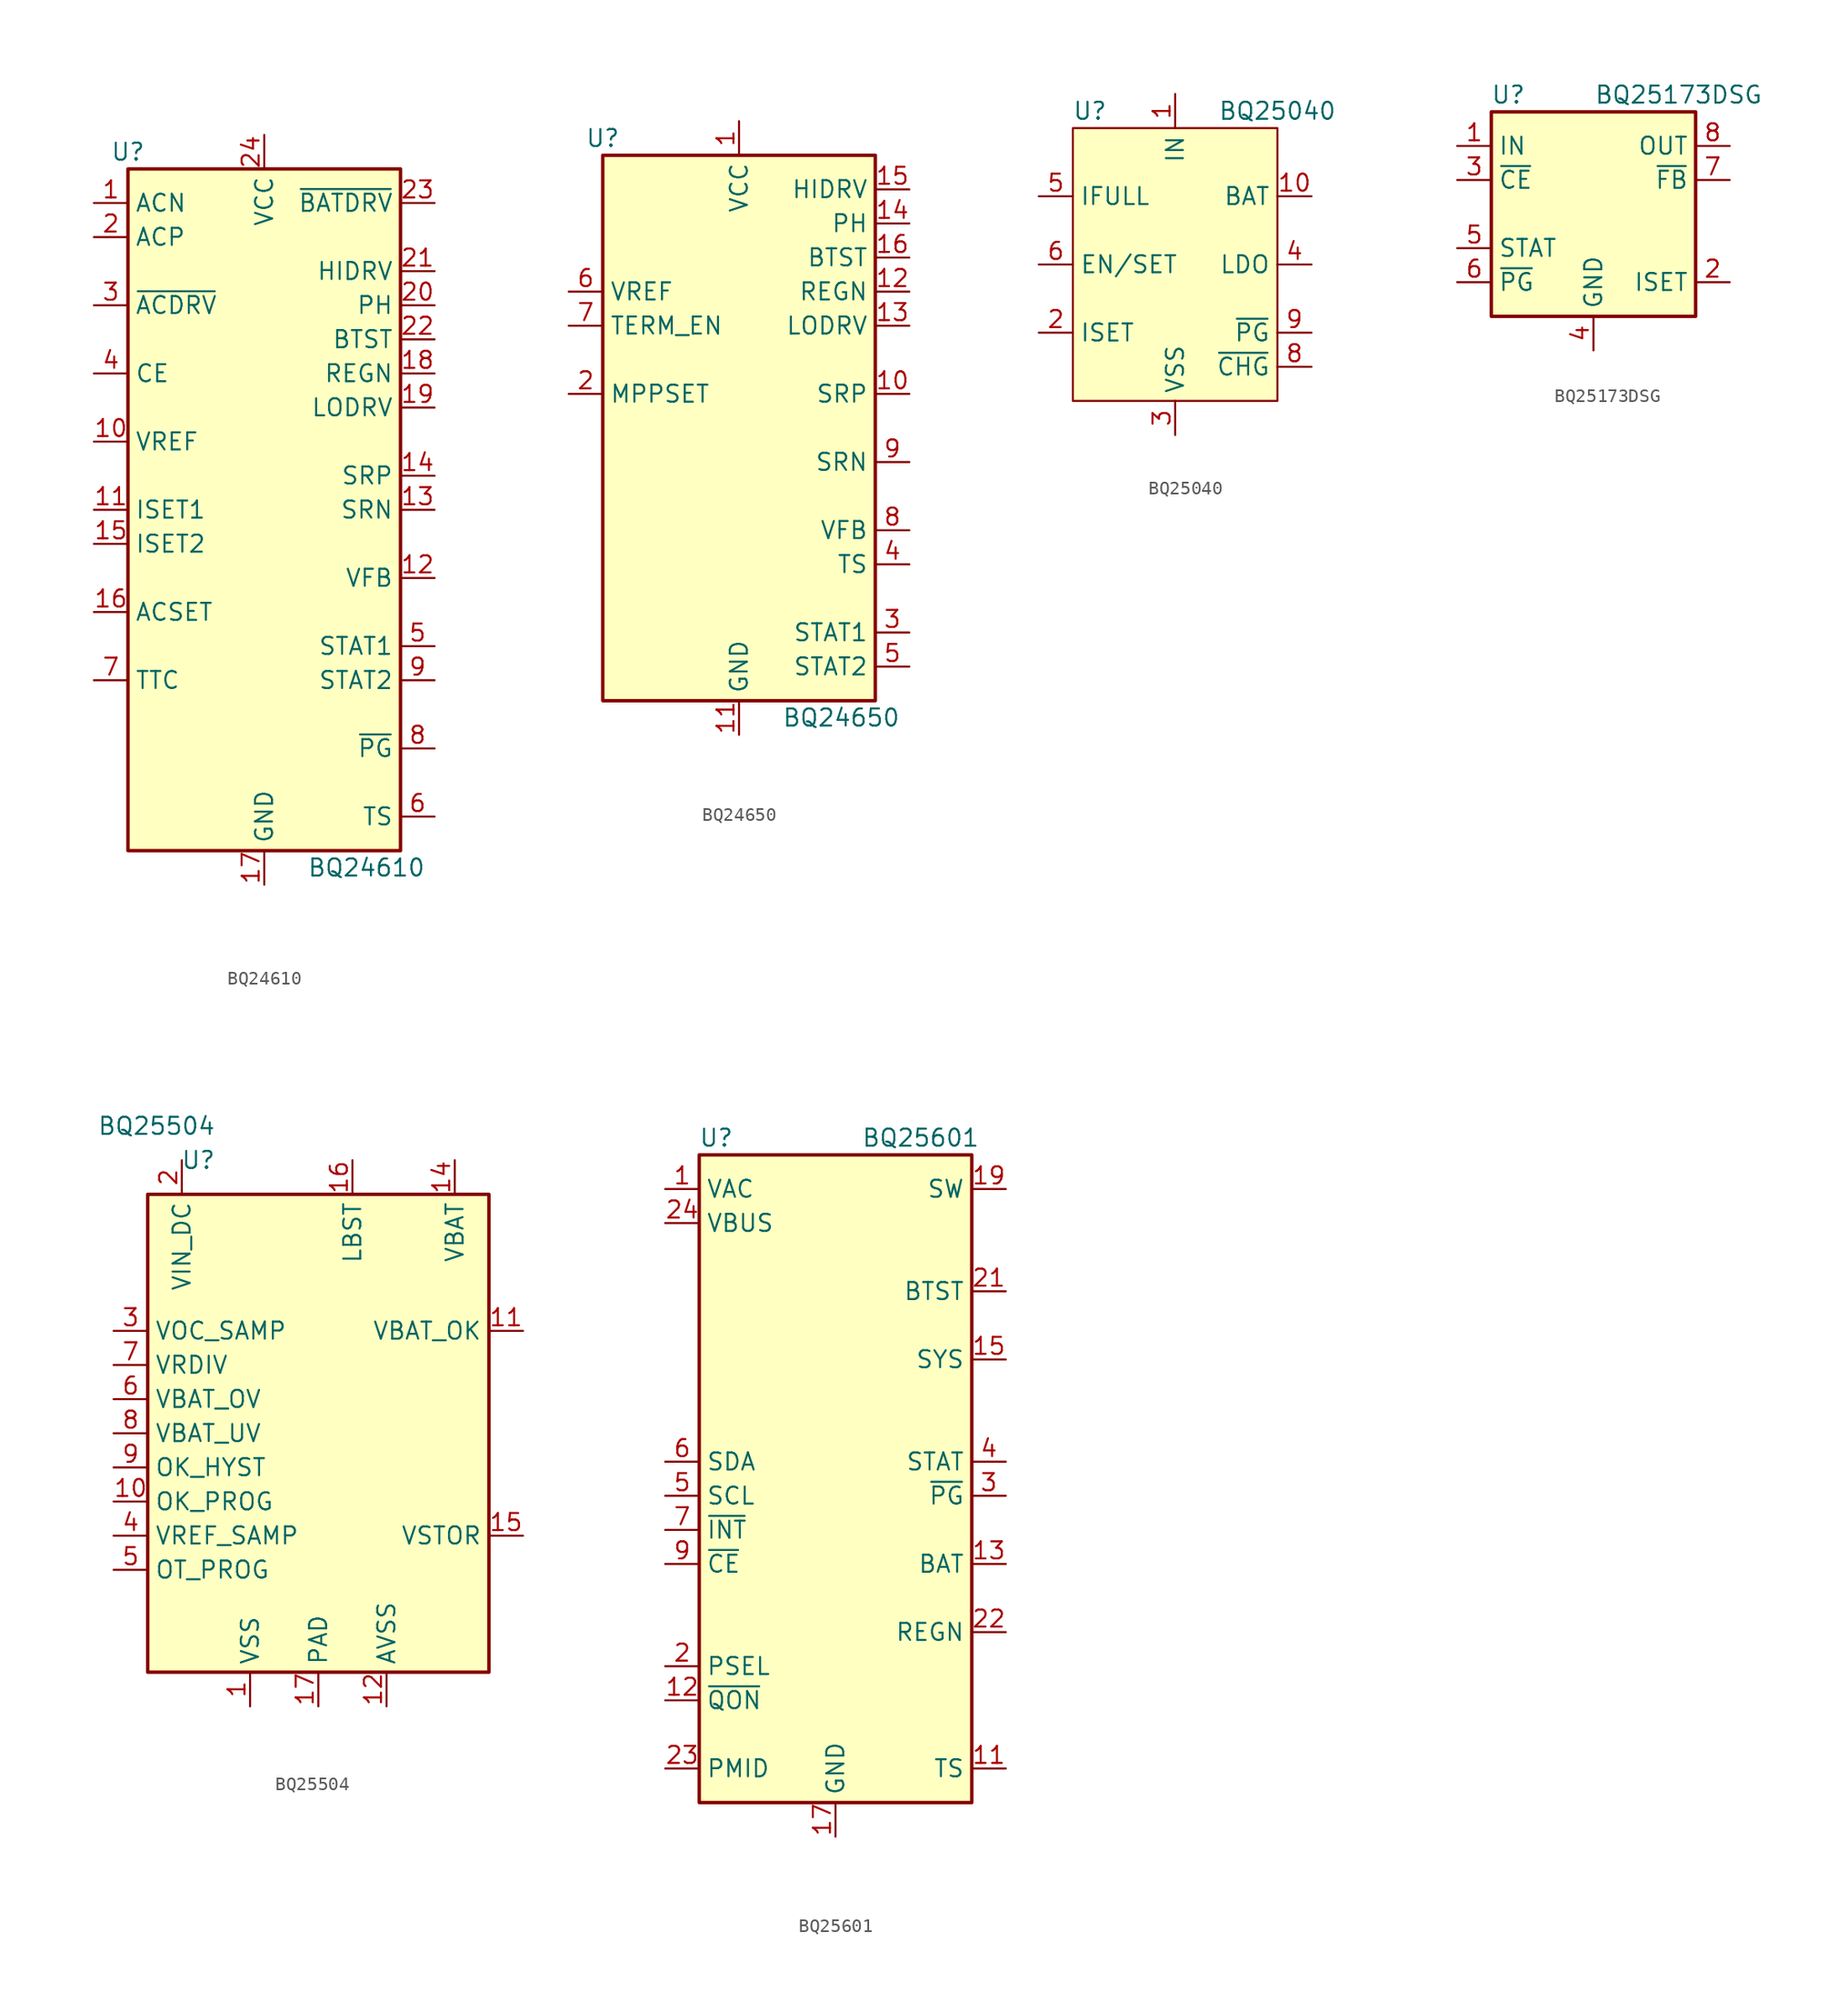
<source format=kicad_sym>
(kicad_symbol_lib
  (version 20241209)
  (generator "kicad_symbol_editor")
  (generator_version "9.0")
  (symbol "BQ24610"
    (property "Reference" "U"
      (at -10.16 26.67 0)
      (effects (font (size 1.27 1.27))))
    (property "Value" "BQ24610"
      (at 7.62 -26.67 0)
      (effects (font (size 1.27 1.27))))
    (symbol "BQ24610_1_1"
      (rectangle (start -10.16 25.4) (end 10.16 -25.4) (stroke (width 0.254) (type default)) (fill (type background)))
      (pin input line (at -12.7 22.86 0) (length 2.54) (name "ACN" (effects (font (size 1.27 1.27)))) (number "1" (effects (font (size 1.27 1.27)))))
      (pin input line (at -12.7 20.32 0) (length 2.54) (name "ACP" (effects (font (size 1.27 1.27)))) (number "2" (effects (font (size 1.27 1.27)))))
      (pin output line (at -12.7 15.24 0) (length 2.54) (name "~{ACDRV}" (effects (font (size 1.27 1.27)))) (number "3" (effects (font (size 1.27 1.27)))))
      (pin input line (at -12.7 10.16 0) (length 2.54) (name "CE" (effects (font (size 1.27 1.27)))) (number "4" (effects (font (size 1.27 1.27)))))
      (pin power_out line (at -12.7 5.08 0) (length 2.54) (name "VREF" (effects (font (size 1.27 1.27)))) (number "10" (effects (font (size 1.27 1.27)))))
      (pin input line (at -12.7 0 0) (length 2.54) (name "ISET1" (effects (font (size 1.27 1.27)))) (number "11" (effects (font (size 1.27 1.27)))))
      (pin input line (at -12.7 -2.54 0) (length 2.54) (name "ISET2" (effects (font (size 1.27 1.27)))) (number "15" (effects (font (size 1.27 1.27)))))
      (pin input line (at -12.7 -7.62 0) (length 2.54) (name "ACSET" (effects (font (size 1.27 1.27)))) (number "16" (effects (font (size 1.27 1.27)))))
      (pin input line (at -12.7 -12.7 0) (length 2.54) (name "TTC" (effects (font (size 1.27 1.27)))) (number "7" (effects (font (size 1.27 1.27)))))
      (pin power_in line (at 0 27.94 270) (length 2.54) (name "VCC" (effects (font (size 1.27 1.27)))) (number "24" (effects (font (size 1.27 1.27)))))
      (pin power_in line (at 0 -27.94 90) (length 2.54) (name "GND" (effects (font (size 1.27 1.27)))) (number "17" (effects (font (size 1.27 1.27)))))
      (pin passive line (at 0 -27.94 90) (length 2.54) (hide yes) (name "GND" (effects (font (size 1.27 1.27)))) (number "25" (effects (font (size 1.27 1.27)))))
      (pin output line (at 12.7 22.86 180) (length 2.54) (name "~{BATDRV}" (effects (font (size 1.27 1.27)))) (number "23" (effects (font (size 1.27 1.27)))))
      (pin output line (at 12.7 17.78 180) (length 2.54) (name "HIDRV" (effects (font (size 1.27 1.27)))) (number "21" (effects (font (size 1.27 1.27)))))
      (pin power_in line (at 12.7 15.24 180) (length 2.54) (name "PH" (effects (font (size 1.27 1.27)))) (number "20" (effects (font (size 1.27 1.27)))))
      (pin power_in line (at 12.7 12.7 180) (length 2.54) (name "BTST" (effects (font (size 1.27 1.27)))) (number "22" (effects (font (size 1.27 1.27)))))
      (pin output line (at 12.7 10.16 180) (length 2.54) (name "REGN" (effects (font (size 1.27 1.27)))) (number "18" (effects (font (size 1.27 1.27)))))
      (pin output line (at 12.7 7.62 180) (length 2.54) (name "LODRV" (effects (font (size 1.27 1.27)))) (number "19" (effects (font (size 1.27 1.27)))))
      (pin input line (at 12.7 2.54 180) (length 2.54) (name "SRP" (effects (font (size 1.27 1.27)))) (number "14" (effects (font (size 1.27 1.27)))))
      (pin input line (at 12.7 0 180) (length 2.54) (name "SRN" (effects (font (size 1.27 1.27)))) (number "13" (effects (font (size 1.27 1.27)))))
      (pin output line (at 12.7 -5.08 180) (length 2.54) (name "VFB" (effects (font (size 1.27 1.27)))) (number "12" (effects (font (size 1.27 1.27)))))
      (pin open_collector line (at 12.7 -10.16 180) (length 2.54) (name "STAT1" (effects (font (size 1.27 1.27)))) (number "5" (effects (font (size 1.27 1.27)))))
      (pin open_collector line (at 12.7 -12.7 180) (length 2.54) (name "STAT2" (effects (font (size 1.27 1.27)))) (number "9" (effects (font (size 1.27 1.27)))))
      (pin open_collector line (at 12.7 -17.78 180) (length 2.54) (name "~{PG}" (effects (font (size 1.27 1.27)))) (number "8" (effects (font (size 1.27 1.27)))))
      (pin input line (at 12.7 -22.86 180) (length 2.54) (name "TS" (effects (font (size 1.27 1.27)))) (number "6" (effects (font (size 1.27 1.27)))))))
  (symbol "BQ24650"
    (property "Reference" "U"
      (at -10.16 21.59 0)
      (effects (font (size 1.27 1.27))))
    (property "Value" "BQ24650"
      (at 7.62 -21.59 0)
      (effects (font (size 1.27 1.27))))
    (symbol "BQ24650_1_1"
      (rectangle (start -10.16 20.32) (end 10.16 -20.32) (stroke (width 0.254) (type default)) (fill (type background)))
      (pin input line (at -12.7 10.16 0) (length 2.54) (name "VREF" (effects (font (size 1.27 1.27)))) (number "6" (effects (font (size 1.27 1.27)))))
      (pin input line (at -12.7 7.62 0) (length 2.54) (name "TERM_EN" (effects (font (size 1.27 1.27)))) (number "7" (effects (font (size 1.27 1.27)))))
      (pin input line (at -12.7 2.54 0) (length 2.54) (name "MPPSET" (effects (font (size 1.27 1.27)))) (number "2" (effects (font (size 1.27 1.27)))))
      (pin power_in line (at 0 22.86 270) (length 2.54) (name "VCC" (effects (font (size 1.27 1.27)))) (number "1" (effects (font (size 1.27 1.27)))))
      (pin power_in line (at 0 -22.86 90) (length 2.54) (name "GND" (effects (font (size 1.27 1.27)))) (number "11" (effects (font (size 1.27 1.27)))))
      (pin passive line (at 0 -22.86 90) (length 2.54) (hide yes) (name "GND" (effects (font (size 1.27 1.27)))) (number "17" (effects (font (size 1.27 1.27)))))
      (pin output line (at 12.7 17.78 180) (length 2.54) (name "HIDRV" (effects (font (size 1.27 1.27)))) (number "15" (effects (font (size 1.27 1.27)))))
      (pin input line (at 12.7 15.24 180) (length 2.54) (name "PH" (effects (font (size 1.27 1.27)))) (number "14" (effects (font (size 1.27 1.27)))))
      (pin output line (at 12.7 12.7 180) (length 2.54) (name "BTST" (effects (font (size 1.27 1.27)))) (number "16" (effects (font (size 1.27 1.27)))))
      (pin output line (at 12.7 10.16 180) (length 2.54) (name "REGN" (effects (font (size 1.27 1.27)))) (number "12" (effects (font (size 1.27 1.27)))))
      (pin output line (at 12.7 7.62 180) (length 2.54) (name "LODRV" (effects (font (size 1.27 1.27)))) (number "13" (effects (font (size 1.27 1.27)))))
      (pin input line (at 12.7 2.54 180) (length 2.54) (name "SRP" (effects (font (size 1.27 1.27)))) (number "10" (effects (font (size 1.27 1.27)))))
      (pin input line (at 12.7 -2.54 180) (length 2.54) (name "SRN" (effects (font (size 1.27 1.27)))) (number "9" (effects (font (size 1.27 1.27)))))
      (pin input line (at 12.7 -7.62 180) (length 2.54) (name "VFB" (effects (font (size 1.27 1.27)))) (number "8" (effects (font (size 1.27 1.27)))))
      (pin input line (at 12.7 -10.16 180) (length 2.54) (name "TS" (effects (font (size 1.27 1.27)))) (number "4" (effects (font (size 1.27 1.27)))))
      (pin open_collector line (at 12.7 -15.24 180) (length 2.54) (name "STAT1" (effects (font (size 1.27 1.27)))) (number "3" (effects (font (size 1.27 1.27)))))
      (pin open_collector line (at 12.7 -17.78 180) (length 2.54) (name "STAT2" (effects (font (size 1.27 1.27)))) (number "5" (effects (font (size 1.27 1.27)))))))
  (symbol "BQ25040"
    (property "Reference" "U"
      (at -6.35 11.43 0)
      (effects (font (size 1.27 1.27))))
    (property "Value" "BQ25040"
      (at 7.62 11.43 0)
      (effects (font (size 1.27 1.27))))
    (symbol "BQ25040_1_1"
      (rectangle (start -7.62 10.16) (end 7.62 -10.16) (stroke (width 0) (type default)) (fill (type background)))
      (pin input line (at -10.16 5.08 0) (length 2.54) (name "IFULL" (effects (font (size 1.27 1.27)))) (number "5" (effects (font (size 1.27 1.27)))))
      (pin input line (at -10.16 0 0) (length 2.54) (name "EN/SET" (effects (font (size 1.27 1.27)))) (number "6" (effects (font (size 1.27 1.27)))))
      (pin input line (at -10.16 -5.08 0) (length 2.54) (name "ISET" (effects (font (size 1.27 1.27)))) (number "2" (effects (font (size 1.27 1.27)))))
      (pin power_in line (at 0 12.7 270) (length 2.54) (name "IN" (effects (font (size 1.27 1.27)))) (number "1" (effects (font (size 1.27 1.27)))))
      (pin passive line (at 0 -12.7 90) (length 2.54) (hide yes) (name "VSS" (effects (font (size 1.27 1.27)))) (number "11" (effects (font (size 1.27 1.27)))))
      (pin power_in line (at 0 -12.7 90) (length 2.54) (name "VSS" (effects (font (size 1.27 1.27)))) (number "3" (effects (font (size 1.27 1.27)))))
      (pin passive line (at 0 -12.7 90) (length 2.54) (hide yes) (name "VSS" (effects (font (size 1.27 1.27)))) (number "7" (effects (font (size 1.27 1.27)))))
      (pin power_out line (at 10.16 5.08 180) (length 2.54) (name "BAT" (effects (font (size 1.27 1.27)))) (number "10" (effects (font (size 1.27 1.27)))))
      (pin power_out line (at 10.16 0 180) (length 2.54) (name "LDO" (effects (font (size 1.27 1.27)))) (number "4" (effects (font (size 1.27 1.27)))))
      (pin open_collector line (at 10.16 -5.08 180) (length 2.54) (name "~{PG}" (effects (font (size 1.27 1.27)))) (number "9" (effects (font (size 1.27 1.27)))))
      (pin open_collector line (at 10.16 -7.62 180) (length 2.54) (name "~{CHG}" (effects (font (size 1.27 1.27)))) (number "8" (effects (font (size 1.27 1.27)))))))
  (symbol "BQ25173DSG"
    (property "Reference" "U"
      (at -6.35 8.89 0)
      (effects (font (size 1.27 1.27))))
    (property "Value" "BQ25173DSG"
      (at 6.35 8.89 0)
      (effects (font (size 1.27 1.27))))
    (symbol "BQ25173DSG_1_1"
      (rectangle (start -7.62 7.62) (end 7.62 -7.62) (stroke (width 0.254) (type default)) (fill (type background)))
      (pin power_in line (at -10.16 5.08 0) (length 2.54) (name "IN" (effects (font (size 1.27 1.27)))) (number "1" (effects (font (size 1.27 1.27)))))
      (pin input line (at -10.16 2.54 0) (length 2.54) (name "~{CE}" (effects (font (size 1.27 1.27)))) (number "3" (effects (font (size 1.27 1.27)))))
      (pin open_collector line (at -10.16 -2.54 0) (length 2.54) (name "STAT" (effects (font (size 1.27 1.27)))) (number "5" (effects (font (size 1.27 1.27)))))
      (pin open_collector line (at -10.16 -5.08 0) (length 2.54) (name "~{PG}" (effects (font (size 1.27 1.27)))) (number "6" (effects (font (size 1.27 1.27)))))
      (pin power_in line (at 0 -10.16 90) (length 2.54) (name "GND" (effects (font (size 1.27 1.27)))) (number "4" (effects (font (size 1.27 1.27)))))
      (pin passive line (at 0 -10.16 90) (length 2.54) (hide yes) (name "GND" (effects (font (size 1.27 1.27)))) (number "9" (effects (font (size 1.27 1.27)))))
      (pin power_out line (at 10.16 5.08 180) (length 2.54) (name "OUT" (effects (font (size 1.27 1.27)))) (number "8" (effects (font (size 1.27 1.27)))))
      (pin input line (at 10.16 2.54 180) (length 2.54) (name "~{FB}" (effects (font (size 1.27 1.27)))) (number "7" (effects (font (size 1.27 1.27)))))
      (pin input line (at 10.16 -5.08 180) (length 2.54) (name "ISET" (effects (font (size 1.27 1.27)))) (number "2" (effects (font (size 1.27 1.27)))))))
  (symbol "BQ25504"
    (property "Reference" "U"
      (at -7.62 20.32 0)
      (effects (font (size 1.27 1.27)) (justify right)))
    (property "Value" "BQ25504"
      (at -7.62 22.86 0)
      (effects (font (size 1.27 1.27)) (justify right)))
    (symbol "BQ25504_0_1"
      (rectangle (start -12.7 17.78) (end 12.7 -17.78) (stroke (width 0.254) (type default)) (fill (type background))))
    (symbol "BQ25504_1_1"
      (pin input line (at -15.24 7.62 0) (length 2.54) (name "VOC_SAMP" (effects (font (size 1.27 1.27)))) (number "3" (effects (font (size 1.27 1.27)))))
      (pin output line (at -15.24 5.08 0) (length 2.54) (name "VRDIV" (effects (font (size 1.27 1.27)))) (number "7" (effects (font (size 1.27 1.27)))))
      (pin input line (at -15.24 2.54 0) (length 2.54) (name "VBAT_OV" (effects (font (size 1.27 1.27)))) (number "6" (effects (font (size 1.27 1.27)))))
      (pin input line (at -15.24 0 0) (length 2.54) (name "VBAT_UV" (effects (font (size 1.27 1.27)))) (number "8" (effects (font (size 1.27 1.27)))))
      (pin input line (at -15.24 -2.54 0) (length 2.54) (name "OK_HYST" (effects (font (size 1.27 1.27)))) (number "9" (effects (font (size 1.27 1.27)))))
      (pin input line (at -15.24 -5.08 0) (length 2.54) (name "OK_PROG" (effects (font (size 1.27 1.27)))) (number "10" (effects (font (size 1.27 1.27)))))
      (pin bidirectional line (at -15.24 -7.62 0) (length 2.54) (name "VREF_SAMP" (effects (font (size 1.27 1.27)))) (number "4" (effects (font (size 1.27 1.27)))))
      (pin input line (at -15.24 -10.16 0) (length 2.54) (name "OT_PROG" (effects (font (size 1.27 1.27)))) (number "5" (effects (font (size 1.27 1.27)))))
      (pin power_in line (at -10.16 20.32 270) (length 2.54) (name "VIN_DC" (effects (font (size 1.27 1.27)))) (number "2" (effects (font (size 1.27 1.27)))))
      (pin power_in line (at -5.08 -20.32 90) (length 2.54) (name "VSS" (effects (font (size 1.27 1.27)))) (number "1" (effects (font (size 1.27 1.27)))))
      (pin passive line (at -5.08 -20.32 90) (length 2.54) (hide yes) (name "VSS" (effects (font (size 1.27 1.27)))) (number "13" (effects (font (size 1.27 1.27)))))
      (pin passive line (at 0 -20.32 90) (length 2.54) (name "PAD" (effects (font (size 1.27 1.27)))) (number "17" (effects (font (size 1.27 1.27)))))
      (pin bidirectional line (at 2.54 20.32 270) (length 2.54) (name "LBST" (effects (font (size 1.27 1.27)))) (number "16" (effects (font (size 1.27 1.27)))))
      (pin power_in line (at 5.08 -20.32 90) (length 2.54) (name "AVSS" (effects (font (size 1.27 1.27)))) (number "12" (effects (font (size 1.27 1.27)))))
      (pin power_out line (at 10.16 20.32 270) (length 2.54) (name "VBAT" (effects (font (size 1.27 1.27)))) (number "14" (effects (font (size 1.27 1.27)))))
      (pin output line (at 15.24 7.62 180) (length 2.54) (name "VBAT_OK" (effects (font (size 1.27 1.27)))) (number "11" (effects (font (size 1.27 1.27)))))
      (pin bidirectional line (at 15.24 -7.62 180) (length 2.54) (name "VSTOR" (effects (font (size 1.27 1.27)))) (number "15" (effects (font (size 1.27 1.27)))))))
  (symbol "BQ25601"
    (property "Reference" "U"
      (at -8.89 26.67 0)
      (effects (font (size 1.27 1.27))))
    (property "Value" "BQ25601"
      (at 6.35 26.67 0)
      (effects (font (size 1.27 1.27))))
    (symbol "BQ25601_0_1"
      (rectangle (start -10.16 -22.86) (end 10.16 25.4) (stroke (width 0.254) (type default)) (fill (type background))))
    (symbol "BQ25601_1_1"
      (pin input line (at -12.7 22.86 0) (length 2.54) (name "VAC" (effects (font (size 1.27 1.27)))) (number "1" (effects (font (size 1.27 1.27)))))
      (pin power_in line (at -12.7 20.32 0) (length 2.54) (name "VBUS" (effects (font (size 1.27 1.27)))) (number "24" (effects (font (size 1.27 1.27)))))
      (pin bidirectional line (at -12.7 2.54 0) (length 2.54) (name "SDA" (effects (font (size 1.27 1.27)))) (number "6" (effects (font (size 1.27 1.27)))))
      (pin input line (at -12.7 0 0) (length 2.54) (name "SCL" (effects (font (size 1.27 1.27)))) (number "5" (effects (font (size 1.27 1.27)))))
      (pin open_collector line (at -12.7 -2.54 0) (length 2.54) (name "~{INT}" (effects (font (size 1.27 1.27)))) (number "7" (effects (font (size 1.27 1.27)))))
      (pin input line (at -12.7 -5.08 0) (length 2.54) (name "~{CE}" (effects (font (size 1.27 1.27)))) (number "9" (effects (font (size 1.27 1.27)))))
      (pin input line (at -12.7 -12.7 0) (length 2.54) (name "PSEL" (effects (font (size 1.27 1.27)))) (number "2" (effects (font (size 1.27 1.27)))))
      (pin input line (at -12.7 -15.24 0) (length 2.54) (name "~{QON}" (effects (font (size 1.27 1.27)))) (number "12" (effects (font (size 1.27 1.27)))))
      (pin passive line (at -12.7 -20.32 0) (length 2.54) (name "PMID" (effects (font (size 1.27 1.27)))) (number "23" (effects (font (size 1.27 1.27)))))
      (pin no_connect line (at -10.16 15.24 0) (length 2.54) (hide yes) (name "NC" (effects (font (size 1.27 1.27)))) (number "8" (effects (font (size 1.27 1.27)))))
      (pin no_connect line (at -10.16 12.7 0) (length 2.54) (hide yes) (name "NC" (effects (font (size 1.27 1.27)))) (number "10" (effects (font (size 1.27 1.27)))))
      (pin power_in line (at 0 -25.4 90) (length 2.54) (name "GND" (effects (font (size 1.27 1.27)))) (number "17" (effects (font (size 1.27 1.27)))))
      (pin passive line (at 0 -25.4 90) (length 2.54) (hide yes) (name "GND" (effects (font (size 1.27 1.27)))) (number "18" (effects (font (size 1.27 1.27)))))
      (pin passive line (at 0 -25.4 90) (length 2.54) (hide yes) (name "GND" (effects (font (size 1.27 1.27)))) (number "25" (effects (font (size 1.27 1.27)))))
      (pin passive line (at 12.7 22.86 180) (length 2.54) (name "SW" (effects (font (size 1.27 1.27)))) (number "19" (effects (font (size 1.27 1.27)))))
      (pin passive line (at 12.7 22.86 180) (length 2.54) (hide yes) (name "SW" (effects (font (size 1.27 1.27)))) (number "20" (effects (font (size 1.27 1.27)))))
      (pin input line (at 12.7 15.24 180) (length 2.54) (name "BTST" (effects (font (size 1.27 1.27)))) (number "21" (effects (font (size 1.27 1.27)))))
      (pin passive line (at 12.7 10.16 180) (length 2.54) (name "SYS" (effects (font (size 1.27 1.27)))) (number "15" (effects (font (size 1.27 1.27)))))
      (pin passive line (at 12.7 10.16 180) (length 2.54) (hide yes) (name "SYS" (effects (font (size 1.27 1.27)))) (number "16" (effects (font (size 1.27 1.27)))))
      (pin open_collector line (at 12.7 2.54 180) (length 2.54) (name "STAT" (effects (font (size 1.27 1.27)))) (number "4" (effects (font (size 1.27 1.27)))))
      (pin open_collector line (at 12.7 0 180) (length 2.54) (name "~{PG}" (effects (font (size 1.27 1.27)))) (number "3" (effects (font (size 1.27 1.27)))))
      (pin power_in line (at 12.7 -5.08 180) (length 2.54) (name "BAT" (effects (font (size 1.27 1.27)))) (number "13" (effects (font (size 1.27 1.27)))))
      (pin passive line (at 12.7 -5.08 180) (length 2.54) (hide yes) (name "BAT" (effects (font (size 1.27 1.27)))) (number "14" (effects (font (size 1.27 1.27)))))
      (pin passive line (at 12.7 -10.16 180) (length 2.54) (name "REGN" (effects (font (size 1.27 1.27)))) (number "22" (effects (font (size 1.27 1.27)))))
      (pin passive line (at 12.7 -20.32 180) (length 2.54) (name "TS" (effects (font (size 1.27 1.27)))) (number "11" (effects (font (size 1.27 1.27))))))))
</source>
